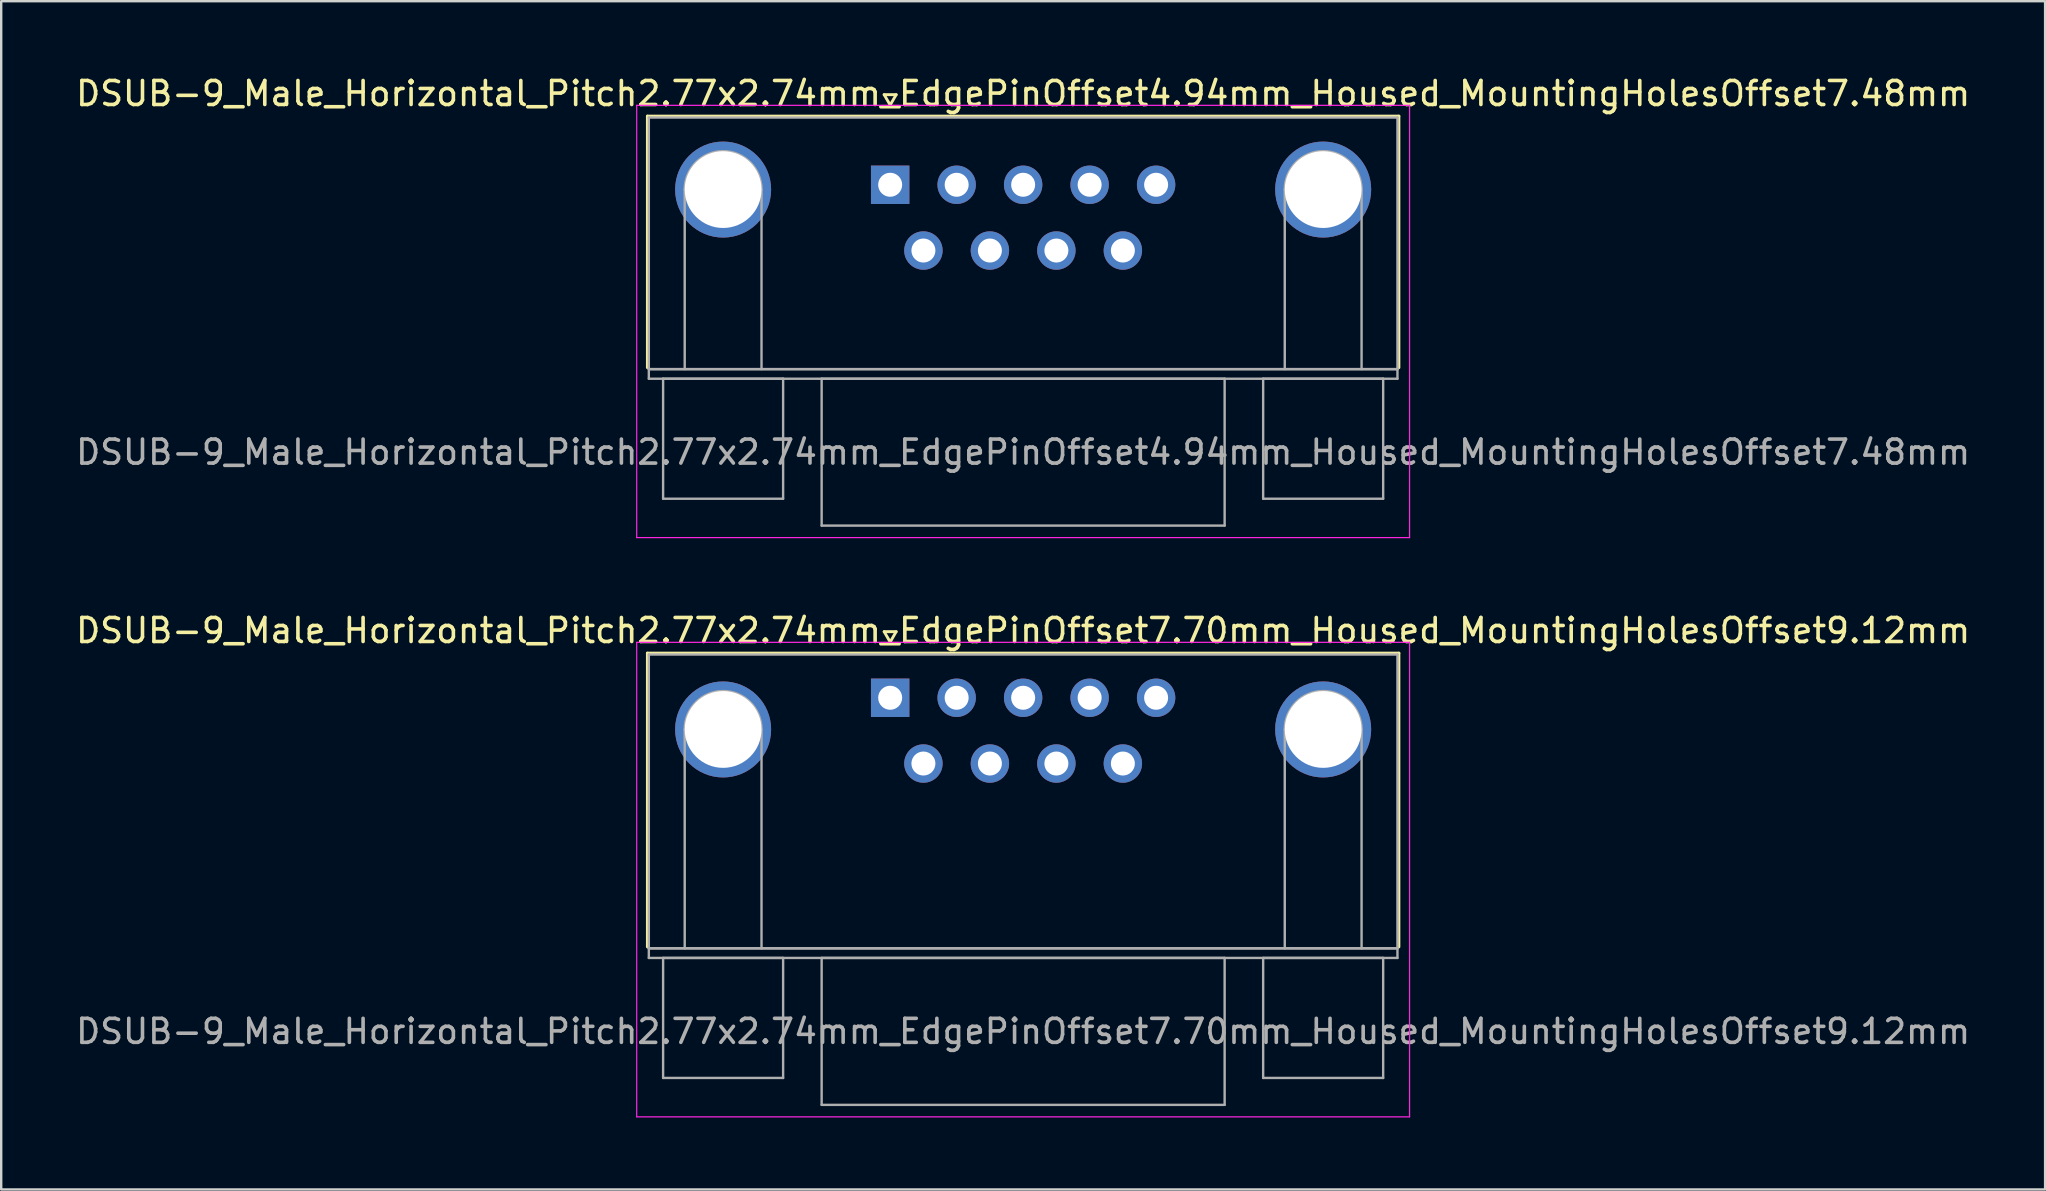
<source format=kicad_pcb>
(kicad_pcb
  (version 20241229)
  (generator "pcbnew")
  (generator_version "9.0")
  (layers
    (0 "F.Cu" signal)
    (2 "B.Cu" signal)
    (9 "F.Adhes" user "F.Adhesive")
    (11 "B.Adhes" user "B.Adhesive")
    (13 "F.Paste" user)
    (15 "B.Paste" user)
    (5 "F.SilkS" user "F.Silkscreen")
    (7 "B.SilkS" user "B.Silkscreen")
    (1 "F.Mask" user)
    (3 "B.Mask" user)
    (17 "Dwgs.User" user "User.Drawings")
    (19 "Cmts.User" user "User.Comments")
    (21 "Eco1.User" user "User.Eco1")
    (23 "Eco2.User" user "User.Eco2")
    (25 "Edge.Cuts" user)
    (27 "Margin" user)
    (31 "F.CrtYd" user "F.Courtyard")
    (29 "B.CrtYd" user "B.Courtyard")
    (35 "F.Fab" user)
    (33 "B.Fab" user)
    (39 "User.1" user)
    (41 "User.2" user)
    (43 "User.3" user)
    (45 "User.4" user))
  (footprint "DSUB-9_Male_Horizontal_Pitch2.77x2.74mm_EdgePinOffset4.94mm_Housed_MountingHolesOffset7.48mm"
    (layer "F.Cu")
    (at 34.037 4.648)
    (property "Reference" "DSUB-9_Male_Horizontal_Pitch2.77x2.74mm_EdgePinOffset4.94mm_Housed_MountingHolesOffset7.48mm" (at 5.54 -3.8 0) (layer "F.SilkS") (effects (font (size 1 1) (thickness 0.15))))
    (attr through_hole)
    (fp_line (start -10.115 -2.86) (end 21.195 -2.86) (stroke (width 0.12) (type solid)) (layer "F.SilkS"))
    (fp_line (start -10.115 7.62) (end -10.115 -2.86) (stroke (width 0.12) (type solid)) (layer "F.SilkS"))
    (fp_line (start -0.25 -3.754) (end 0.25 -3.754) (stroke (width 0.12) (type solid)) (layer "F.SilkS"))
    (fp_line (start 0 -3.321) (end -0.25 -3.754) (stroke (width 0.12) (type solid)) (layer "F.SilkS"))
    (fp_line (start 0.25 -3.754) (end 0 -3.321) (stroke (width 0.12) (type solid)) (layer "F.SilkS"))
    (fp_line (start 21.195 -2.86) (end 21.195 7.62) (stroke (width 0.12) (type solid)) (layer "F.SilkS"))
    (fp_line (start -10.56 -3.31) (end -10.56 14.7) (stroke (width 0.05) (type solid)) (layer "F.CrtYd"))
    (fp_line (start -10.56 14.7) (end 21.64 14.7) (stroke (width 0.05) (type solid)) (layer "F.CrtYd"))
    (fp_line (start 21.64 -3.31) (end -10.56 -3.31) (stroke (width 0.05) (type solid)) (layer "F.CrtYd"))
    (fp_line (start 21.64 14.7) (end 21.64 -3.31) (stroke (width 0.05) (type solid)) (layer "F.CrtYd"))
    (fp_line (start -10.055 -2.8) (end -10.055 7.68) (stroke (width 0.1) (type solid)) (layer "F.Fab"))
    (fp_line (start -10.055 7.68) (end -10.055 8.08) (stroke (width 0.1) (type solid)) (layer "F.Fab"))
    (fp_line (start -10.055 7.68) (end 21.135 7.68) (stroke (width 0.1) (type solid)) (layer "F.Fab"))
    (fp_line (start -10.055 8.08) (end 21.135 8.08) (stroke (width 0.1) (type solid)) (layer "F.Fab"))
    (fp_line (start -9.46 8.08) (end -9.46 13.08) (stroke (width 0.1) (type solid)) (layer "F.Fab"))
    (fp_line (start -9.46 13.08) (end -4.46 13.08) (stroke (width 0.1) (type solid)) (layer "F.Fab"))
    (fp_line (start -8.56 7.68) (end -8.56 0.2) (stroke (width 0.1) (type solid)) (layer "F.Fab"))
    (fp_line (start -5.36 7.68) (end -5.36 0.2) (stroke (width 0.1) (type solid)) (layer "F.Fab"))
    (fp_line (start -4.46 8.08) (end -9.46 8.08) (stroke (width 0.1) (type solid)) (layer "F.Fab"))
    (fp_line (start -4.46 13.08) (end -4.46 8.08) (stroke (width 0.1) (type solid)) (layer "F.Fab"))
    (fp_line (start -2.855 8.08) (end -2.855 14.2) (stroke (width 0.1) (type solid)) (layer "F.Fab"))
    (fp_line (start -2.855 14.2) (end 13.935 14.2) (stroke (width 0.1) (type solid)) (layer "F.Fab"))
    (fp_line (start 13.935 8.08) (end -2.855 8.08) (stroke (width 0.1) (type solid)) (layer "F.Fab"))
    (fp_line (start 13.935 14.2) (end 13.935 8.08) (stroke (width 0.1) (type solid)) (layer "F.Fab"))
    (fp_line (start 15.54 8.08) (end 15.54 13.08) (stroke (width 0.1) (type solid)) (layer "F.Fab"))
    (fp_line (start 15.54 13.08) (end 20.54 13.08) (stroke (width 0.1) (type solid)) (layer "F.Fab"))
    (fp_line (start 16.44 7.68) (end 16.44 0.2) (stroke (width 0.1) (type solid)) (layer "F.Fab"))
    (fp_line (start 19.64 7.68) (end 19.64 0.2) (stroke (width 0.1) (type solid)) (layer "F.Fab"))
    (fp_line (start 20.54 8.08) (end 15.54 8.08) (stroke (width 0.1) (type solid)) (layer "F.Fab"))
    (fp_line (start 20.54 13.08) (end 20.54 8.08) (stroke (width 0.1) (type solid)) (layer "F.Fab"))
    (fp_line (start 21.135 -2.8) (end -10.055 -2.8) (stroke (width 0.1) (type solid)) (layer "F.Fab"))
    (fp_line (start 21.135 7.68) (end -10.055 7.68) (stroke (width 0.1) (type solid)) (layer "F.Fab"))
    (fp_line (start 21.135 7.68) (end 21.135 -2.8) (stroke (width 0.1) (type solid)) (layer "F.Fab"))
    (fp_line (start 21.135 8.08) (end 21.135 7.68) (stroke (width 0.1) (type solid)) (layer "F.Fab"))
    (fp_arc (start -8.56 0.2) (mid -6.96 -1.4) (end -5.36 0.2) (stroke (width 0.1) (type solid)) (layer "F.Fab"))
    (fp_arc (start 16.44 0.2) (mid 18.04 -1.4) (end 19.64 0.2) (stroke (width 0.1) (type solid)) (layer "F.Fab"))
    (fp_text user "${REFERENCE}" (at 5.54 11.14 0) (layer "F.Fab") (effects (font (size 1 1) (thickness 0.15))))
    (pad "0" thru_hole circle (at -6.96 0.2) (size 4 4) (drill 3.2) (layers "*.Cu" "*.Mask"))
    (pad "0" thru_hole circle (at 18.04 0.2) (size 4 4) (drill 3.2) (layers "*.Cu" "*.Mask"))
    (pad "1" thru_hole rect (at 0 0) (size 1.6 1.6) (drill 1) (layers "*.Cu" "*.Mask"))
    (pad "2" thru_hole circle (at 2.77 0) (size 1.6 1.6) (drill 1) (layers "*.Cu" "*.Mask"))
    (pad "3" thru_hole circle (at 5.54 0) (size 1.6 1.6) (drill 1) (layers "*.Cu" "*.Mask"))
    (pad "4" thru_hole circle (at 8.31 0) (size 1.6 1.6) (drill 1) (layers "*.Cu" "*.Mask"))
    (pad "5" thru_hole circle (at 11.08 0) (size 1.6 1.6) (drill 1) (layers "*.Cu" "*.Mask"))
    (pad "6" thru_hole circle (at 1.385 2.74) (size 1.6 1.6) (drill 1) (layers "*.Cu" "*.Mask"))
    (pad "7" thru_hole circle (at 4.155 2.74) (size 1.6 1.6) (drill 1) (layers "*.Cu" "*.Mask"))
    (pad "8" thru_hole circle (at 6.925 2.74) (size 1.6 1.6) (drill 1) (layers "*.Cu" "*.Mask"))
    (pad "9" thru_hole circle (at 9.695 2.74) (size 1.6 1.6) (drill 1) (layers "*.Cu" "*.Mask")))
  (footprint "DSUB-9_Male_Horizontal_Pitch2.77x2.74mm_EdgePinOffset7.70mm_Housed_MountingHolesOffset9.12mm"
    (layer "F.Cu")
    (at 34.037 26.021)
    (property "Reference" "DSUB-9_Male_Horizontal_Pitch2.77x2.74mm_EdgePinOffset7.70mm_Housed_MountingHolesOffset9.12mm" (at 5.54 -2.8 0) (layer "F.SilkS") (effects (font (size 1 1) (thickness 0.15))))
    (attr through_hole)
    (fp_line (start -10.115 -1.86) (end 21.195 -1.86) (stroke (width 0.12) (type solid)) (layer "F.SilkS"))
    (fp_line (start -10.115 10.38) (end -10.115 -1.86) (stroke (width 0.12) (type solid)) (layer "F.SilkS"))
    (fp_line (start -0.25 -2.754) (end 0.25 -2.754) (stroke (width 0.12) (type solid)) (layer "F.SilkS"))
    (fp_line (start 0 -2.321) (end -0.25 -2.754) (stroke (width 0.12) (type solid)) (layer "F.SilkS"))
    (fp_line (start 0.25 -2.754) (end 0 -2.321) (stroke (width 0.12) (type solid)) (layer "F.SilkS"))
    (fp_line (start 21.195 -1.86) (end 21.195 10.38) (stroke (width 0.12) (type solid)) (layer "F.SilkS"))
    (fp_line (start -10.56 -2.31) (end -10.56 17.46) (stroke (width 0.05) (type solid)) (layer "F.CrtYd"))
    (fp_line (start -10.56 17.46) (end 21.64 17.46) (stroke (width 0.05) (type solid)) (layer "F.CrtYd"))
    (fp_line (start 21.64 -2.31) (end -10.56 -2.31) (stroke (width 0.05) (type solid)) (layer "F.CrtYd"))
    (fp_line (start 21.64 17.46) (end 21.64 -2.31) (stroke (width 0.05) (type solid)) (layer "F.CrtYd"))
    (fp_line (start -10.055 -1.8) (end -10.055 10.44) (stroke (width 0.1) (type solid)) (layer "F.Fab"))
    (fp_line (start -10.055 10.44) (end -10.055 10.84) (stroke (width 0.1) (type solid)) (layer "F.Fab"))
    (fp_line (start -10.055 10.44) (end 21.135 10.44) (stroke (width 0.1) (type solid)) (layer "F.Fab"))
    (fp_line (start -10.055 10.84) (end 21.135 10.84) (stroke (width 0.1) (type solid)) (layer "F.Fab"))
    (fp_line (start -9.46 10.84) (end -9.46 15.84) (stroke (width 0.1) (type solid)) (layer "F.Fab"))
    (fp_line (start -9.46 15.84) (end -4.46 15.84) (stroke (width 0.1) (type solid)) (layer "F.Fab"))
    (fp_line (start -8.56 10.44) (end -8.56 1.32) (stroke (width 0.1) (type solid)) (layer "F.Fab"))
    (fp_line (start -5.36 10.44) (end -5.36 1.32) (stroke (width 0.1) (type solid)) (layer "F.Fab"))
    (fp_line (start -4.46 10.84) (end -9.46 10.84) (stroke (width 0.1) (type solid)) (layer "F.Fab"))
    (fp_line (start -4.46 15.84) (end -4.46 10.84) (stroke (width 0.1) (type solid)) (layer "F.Fab"))
    (fp_line (start -2.855 10.84) (end -2.855 16.96) (stroke (width 0.1) (type solid)) (layer "F.Fab"))
    (fp_line (start -2.855 16.96) (end 13.935 16.96) (stroke (width 0.1) (type solid)) (layer "F.Fab"))
    (fp_line (start 13.935 10.84) (end -2.855 10.84) (stroke (width 0.1) (type solid)) (layer "F.Fab"))
    (fp_line (start 13.935 16.96) (end 13.935 10.84) (stroke (width 0.1) (type solid)) (layer "F.Fab"))
    (fp_line (start 15.54 10.84) (end 15.54 15.84) (stroke (width 0.1) (type solid)) (layer "F.Fab"))
    (fp_line (start 15.54 15.84) (end 20.54 15.84) (stroke (width 0.1) (type solid)) (layer "F.Fab"))
    (fp_line (start 16.44 10.44) (end 16.44 1.32) (stroke (width 0.1) (type solid)) (layer "F.Fab"))
    (fp_line (start 19.64 10.44) (end 19.64 1.32) (stroke (width 0.1) (type solid)) (layer "F.Fab"))
    (fp_line (start 20.54 10.84) (end 15.54 10.84) (stroke (width 0.1) (type solid)) (layer "F.Fab"))
    (fp_line (start 20.54 15.84) (end 20.54 10.84) (stroke (width 0.1) (type solid)) (layer "F.Fab"))
    (fp_line (start 21.135 -1.8) (end -10.055 -1.8) (stroke (width 0.1) (type solid)) (layer "F.Fab"))
    (fp_line (start 21.135 10.44) (end -10.055 10.44) (stroke (width 0.1) (type solid)) (layer "F.Fab"))
    (fp_line (start 21.135 10.44) (end 21.135 -1.8) (stroke (width 0.1) (type solid)) (layer "F.Fab"))
    (fp_line (start 21.135 10.84) (end 21.135 10.44) (stroke (width 0.1) (type solid)) (layer "F.Fab"))
    (fp_arc (start -8.56 1.32) (mid -6.96 -0.28) (end -5.36 1.32) (stroke (width 0.1) (type solid)) (layer "F.Fab"))
    (fp_arc (start 16.44 1.32) (mid 18.04 -0.28) (end 19.64 1.32) (stroke (width 0.1) (type solid)) (layer "F.Fab"))
    (fp_text user "${REFERENCE}" (at 5.54 13.9 0) (layer "F.Fab") (effects (font (size 1 1) (thickness 0.15))))
    (pad "0" thru_hole circle (at -6.96 1.32) (size 4 4) (drill 3.2) (layers "*.Cu" "*.Mask"))
    (pad "0" thru_hole circle (at 18.04 1.32) (size 4 4) (drill 3.2) (layers "*.Cu" "*.Mask"))
    (pad "1" thru_hole rect (at 0 0) (size 1.6 1.6) (drill 1) (layers "*.Cu" "*.Mask"))
    (pad "2" thru_hole circle (at 2.77 0) (size 1.6 1.6) (drill 1) (layers "*.Cu" "*.Mask"))
    (pad "3" thru_hole circle (at 5.54 0) (size 1.6 1.6) (drill 1) (layers "*.Cu" "*.Mask"))
    (pad "4" thru_hole circle (at 8.31 0) (size 1.6 1.6) (drill 1) (layers "*.Cu" "*.Mask"))
    (pad "5" thru_hole circle (at 11.08 0) (size 1.6 1.6) (drill 1) (layers "*.Cu" "*.Mask"))
    (pad "6" thru_hole circle (at 1.385 2.74) (size 1.6 1.6) (drill 1) (layers "*.Cu" "*.Mask"))
    (pad "7" thru_hole circle (at 4.155 2.74) (size 1.6 1.6) (drill 1) (layers "*.Cu" "*.Mask"))
    (pad "8" thru_hole circle (at 6.925 2.74) (size 1.6 1.6) (drill 1) (layers "*.Cu" "*.Mask"))
    (pad "9" thru_hole circle (at 9.695 2.74) (size 1.6 1.6) (drill 1) (layers "*.Cu" "*.Mask")))
  (gr_rect
    (start -3 -3)
    (end 82.155 46.507)
    (stroke (width 0.1) (type default))
    (fill no)
    (layer "Edge.Cuts")))
</source>
